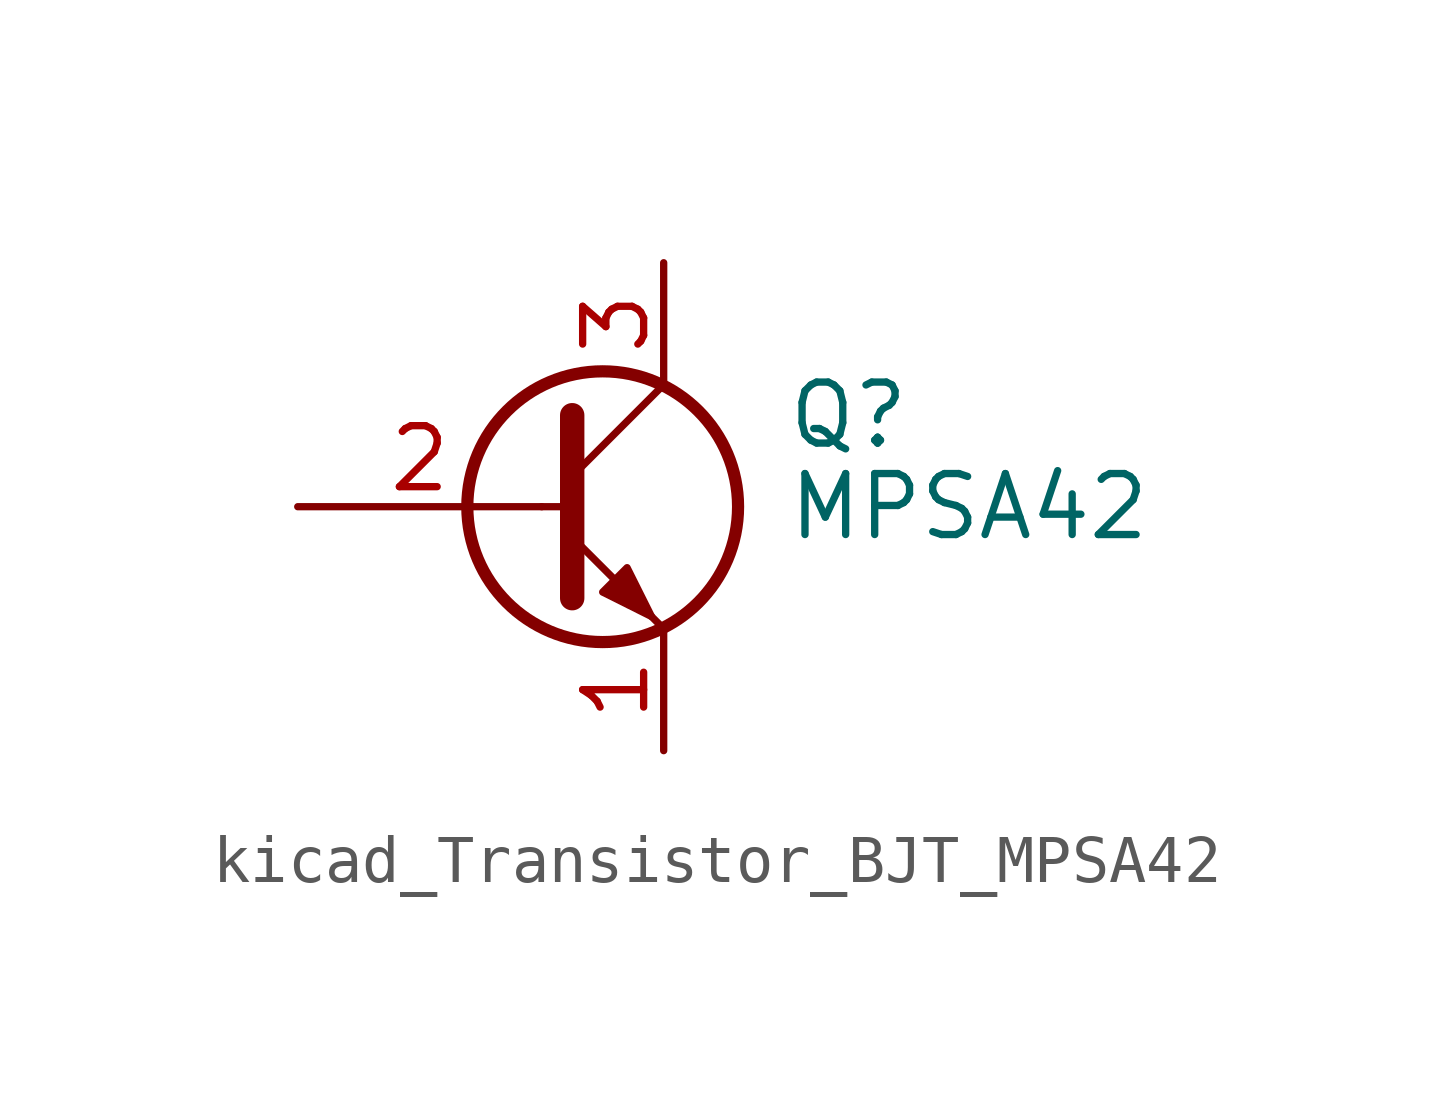
<source format=kicad_sym>
(kicad_symbol_lib
  (version 20220914)
  (generator kicad_symbol_editor)
  (symbol "kicad_Transistor_BJT_MPSA42"
    (pin_names
      (offset 1.016) hide)
    (property "Reference" "Q"
      (at 5.08 1.905 0)
      (effects (font (size 1.27 1.27)) (justify left)))
    (property "Value" "MPSA42"
      (at 5.08 0 0)
      (effects (font (size 1.27 1.27)) (justify left)))
    (symbol "kicad_Transistor_BJT_MPSA42_0_1"
      (polyline (pts (xy 0 0) (xy 0.635 0)) (stroke (width 0) (type default)) (fill (type none)))
      (polyline (pts (xy 0.635 0.635) (xy 2.54 2.54)) (stroke (width 0) (type default)) (fill (type none)))
      (polyline (pts (xy 0.635 -0.635) (xy 2.54 -2.54) (xy 2.54 -2.54)) (stroke (width 0) (type default)) (fill (type none)))
      (polyline (pts (xy 0.635 1.905) (xy 0.635 -1.905) (xy 0.635 -1.905)) (stroke (width 0.508) (type default)) (fill (type none)))
      (polyline (pts (xy 1.27 -1.778) (xy 1.778 -1.27) (xy 2.286 -2.286) (xy 1.27 -1.778) (xy 1.27 -1.778)) (stroke (width 0) (type default)) (fill (type outline)))
      (circle (center 1.27 0) (radius 2.819) (stroke (width 0.254) (type default)) (fill (type none))))
    (symbol "kicad_Transistor_BJT_MPSA42_1_1"
      (pin passive line (at 2.54 -5.08 90) (length 2.54) (name "E" (effects (font (size 1.27 1.27)))) (number "1" (effects (font (size 1.27 1.27)))))
      (pin input line (at -5.08 0 0) (length 5.08) (name "B" (effects (font (size 1.27 1.27)))) (number "2" (effects (font (size 1.27 1.27)))))
      (pin passive line (at 2.54 5.08 270) (length 2.54) (name "C" (effects (font (size 1.27 1.27)))) (number "3" (effects (font (size 1.27 1.27))))))))
</source>
